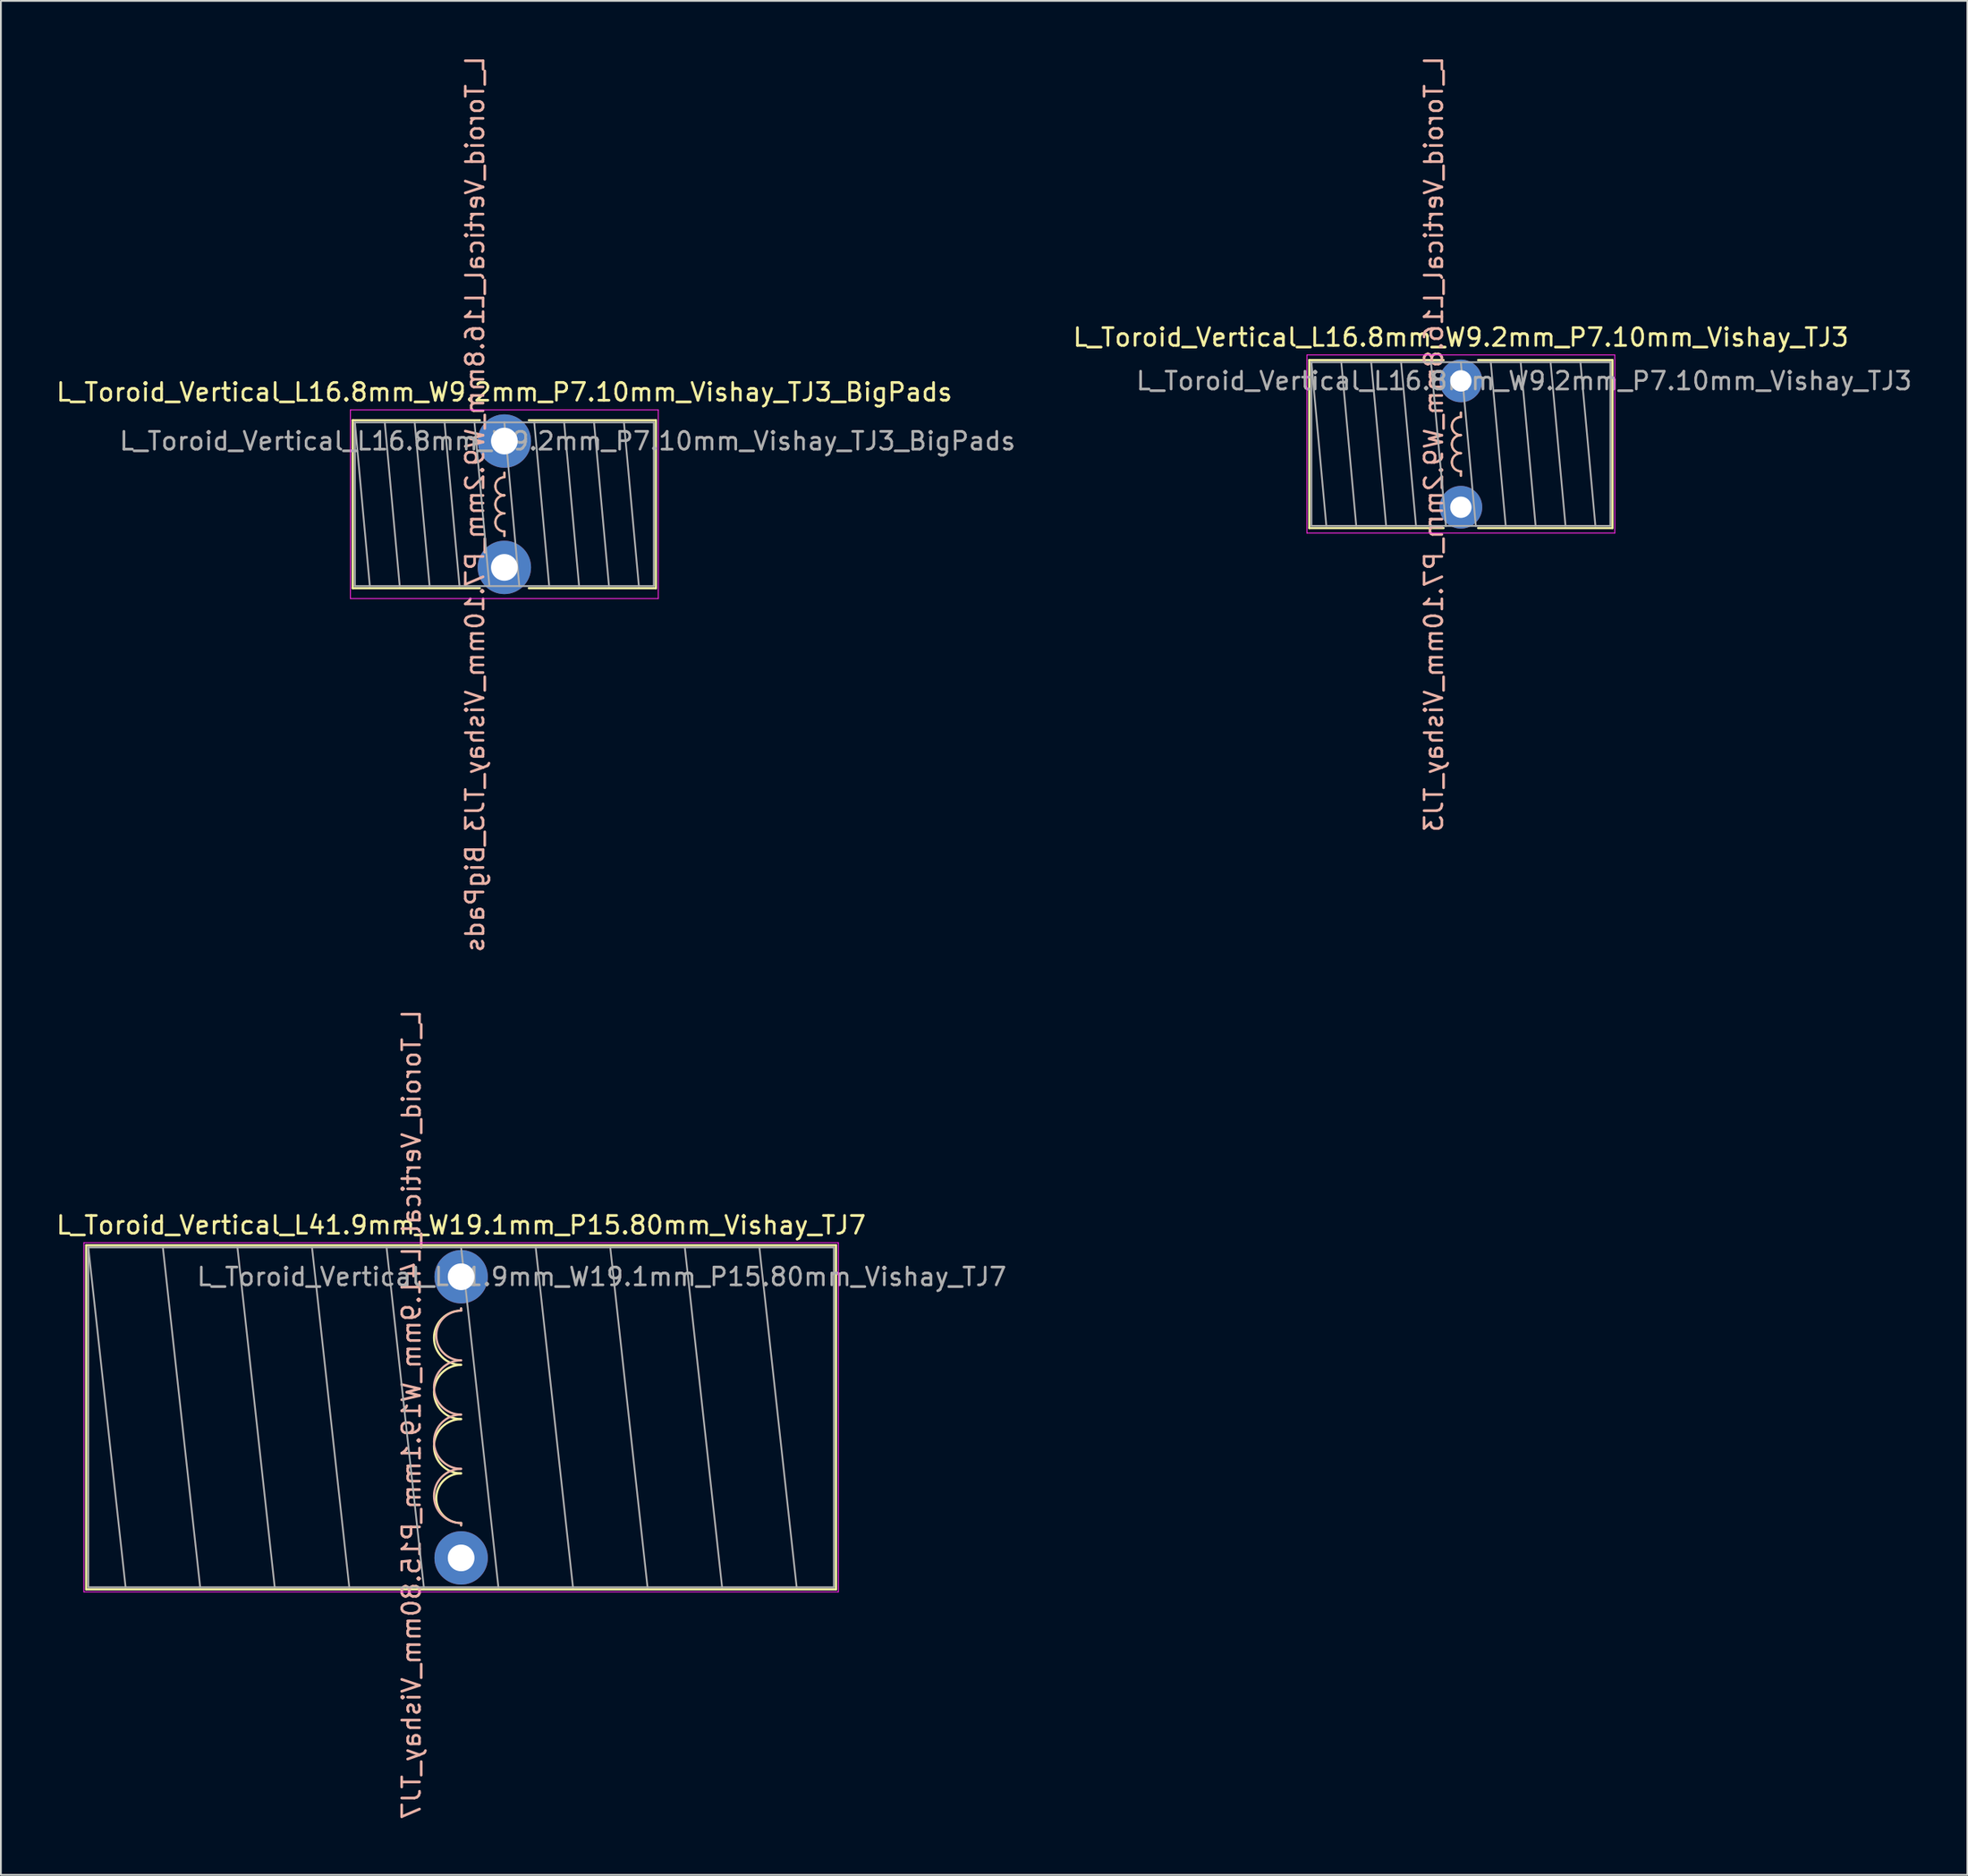
<source format=kicad_pcb>
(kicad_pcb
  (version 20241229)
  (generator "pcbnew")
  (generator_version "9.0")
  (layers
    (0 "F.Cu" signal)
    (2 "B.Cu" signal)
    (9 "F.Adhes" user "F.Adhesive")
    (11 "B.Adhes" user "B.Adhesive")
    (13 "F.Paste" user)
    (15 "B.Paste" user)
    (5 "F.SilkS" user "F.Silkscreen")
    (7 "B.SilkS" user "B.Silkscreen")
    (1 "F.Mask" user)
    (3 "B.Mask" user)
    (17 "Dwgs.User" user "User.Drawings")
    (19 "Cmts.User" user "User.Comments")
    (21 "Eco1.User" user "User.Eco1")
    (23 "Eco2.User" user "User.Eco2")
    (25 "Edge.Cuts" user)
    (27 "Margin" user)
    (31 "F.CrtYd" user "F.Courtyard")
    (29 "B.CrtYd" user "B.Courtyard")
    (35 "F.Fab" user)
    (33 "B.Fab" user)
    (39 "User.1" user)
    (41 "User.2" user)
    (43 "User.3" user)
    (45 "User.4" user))
  (footprint "L_Toroid_Vertical_L16.8mm_W9.2mm_P7.10mm_Vishay_TJ3_BigPads"
    (layer "F.Cu")
    (at 25.292 21.736)
    (property "Reference" "L_Toroid_Vertical_L16.8mm_W9.2mm_P7.10mm_Vishay_TJ3_BigPads" (at 0 -2.75 0) (layer "F.SilkS") (effects (font (size 1 1) (thickness 0.15))))
    (fp_line (start -8.52 -1.17) (end -8.52 8.27) (stroke (width 0.12) (type solid)) (layer "F.SilkS"))
    (fp_line (start -8.52 -1.17) (end -1.374 -1.17) (stroke (width 0.12) (type solid)) (layer "F.SilkS"))
    (fp_line (start -8.52 8.27) (end -1.374 8.27) (stroke (width 0.12) (type solid)) (layer "F.SilkS"))
    (fp_line (start 0 2.032) (end 0 1.778) (stroke (width 0.12) (type solid)) (layer "F.SilkS"))
    (fp_line (start 0 5.08) (end 0 5.334) (stroke (width 0.12) (type solid)) (layer "F.SilkS"))
    (fp_line (start 1.374 -1.17) (end 8.52 -1.17) (stroke (width 0.12) (type solid)) (layer "F.SilkS"))
    (fp_line (start 1.374 8.27) (end 8.52 8.27) (stroke (width 0.12) (type solid)) (layer "F.SilkS"))
    (fp_line (start 8.52 -1.17) (end 8.52 8.27) (stroke (width 0.12) (type solid)) (layer "F.SilkS"))
    (fp_arc (start 0 3.048) (mid -0.508 2.54) (end 0 2.032) (stroke (width 0.12) (type solid)) (layer "F.SilkS"))
    (fp_arc (start 0 4.064) (mid -0.508 3.556) (end 0 3.048) (stroke (width 0.12) (type solid)) (layer "F.SilkS"))
    (fp_arc (start 0 5.08) (mid -0.508 4.572) (end 0 4.064) (stroke (width 0.12) (type solid)) (layer "F.SilkS"))
    (fp_line (start 0 2.032) (end 0 1.778) (stroke (width 0.12) (type solid)) (layer "B.SilkS"))
    (fp_line (start 0 5.08) (end 0 5.334) (stroke (width 0.12) (type solid)) (layer "B.SilkS"))
    (fp_arc (start 0 3.048) (mid -0.508 2.54) (end 0 2.032) (stroke (width 0.12) (type solid)) (layer "B.SilkS"))
    (fp_arc (start 0 4.064) (mid -0.508 3.556) (end 0 3.048) (stroke (width 0.12) (type solid)) (layer "B.SilkS"))
    (fp_arc (start 0 5.08) (mid -0.508 4.572) (end 0 4.064) (stroke (width 0.12) (type solid)) (layer "B.SilkS"))
    (fp_line (start -8.65 -1.75) (end -8.65 8.85) (stroke (width 0.05) (type solid)) (layer "F.CrtYd"))
    (fp_line (start -8.65 8.85) (end 8.65 8.85) (stroke (width 0.05) (type solid)) (layer "F.CrtYd"))
    (fp_line (start 8.65 -1.75) (end -8.65 -1.75) (stroke (width 0.05) (type solid)) (layer "F.CrtYd"))
    (fp_line (start 8.65 8.85) (end 8.65 -1.75) (stroke (width 0.05) (type solid)) (layer "F.CrtYd"))
    (fp_line (start -8.4 -1.05) (end -8.4 8.15) (stroke (width 0.1) (type solid)) (layer "F.Fab"))
    (fp_line (start -8.4 -1.05) (end -7.56 8.15) (stroke (width 0.1) (type solid)) (layer "F.Fab"))
    (fp_line (start -8.4 8.15) (end 8.4 8.15) (stroke (width 0.1) (type solid)) (layer "F.Fab"))
    (fp_line (start -6.72 -1.05) (end -5.88 8.15) (stroke (width 0.1) (type solid)) (layer "F.Fab"))
    (fp_line (start -5.04 -1.05) (end -4.2 8.15) (stroke (width 0.1) (type solid)) (layer "F.Fab"))
    (fp_line (start -3.36 -1.05) (end -2.52 8.15) (stroke (width 0.1) (type solid)) (layer "F.Fab"))
    (fp_line (start -1.68 -1.05) (end -0.84 8.15) (stroke (width 0.1) (type solid)) (layer "F.Fab"))
    (fp_line (start 0 -1.05) (end 0.84 8.15) (stroke (width 0.1) (type solid)) (layer "F.Fab"))
    (fp_line (start 1.68 -1.05) (end 2.52 8.15) (stroke (width 0.1) (type solid)) (layer "F.Fab"))
    (fp_line (start 3.36 -1.05) (end 4.2 8.15) (stroke (width 0.1) (type solid)) (layer "F.Fab"))
    (fp_line (start 5.04 -1.05) (end 5.88 8.15) (stroke (width 0.1) (type solid)) (layer "F.Fab"))
    (fp_line (start 6.72 -1.05) (end 7.56 8.15) (stroke (width 0.1) (type solid)) (layer "F.Fab"))
    (fp_line (start 8.4 -1.05) (end -8.4 -1.05) (stroke (width 0.1) (type solid)) (layer "F.Fab"))
    (fp_line (start 8.4 8.15) (end 8.4 -1.05) (stroke (width 0.1) (type solid)) (layer "F.Fab"))
    (fp_text user "${REFERENCE}" (at -1.651 3.556 90) (layer "B.SilkS") (effects (font (size 1 1) (thickness 0.15)) (justify mirror)))
    (fp_text user "${REFERENCE}" (at 3.55 0 0) (layer "F.Fab") (effects (font (size 1 1) (thickness 0.15))))
    (pad "1" thru_hole circle (at 0 0) (size 3 3) (drill 1.5) (layers "*.Cu" "*.Mask"))
    (pad "2" thru_hole circle (at 0 7.1) (size 3 3) (drill 1.5) (layers "*.Cu" "*.Mask")))
  (footprint "L_Toroid_Vertical_L41.9mm_W19.1mm_P15.80mm_Vishay_TJ7"
    (layer "F.Cu")
    (at 22.863 68.699)
    (property "Reference" "L_Toroid_Vertical_L41.9mm_W19.1mm_P15.80mm_Vishay_TJ7" (at 0 -2.9 0) (layer "F.SilkS") (effects (font (size 1 1) (thickness 0.15))))
    (fp_line (start -21.07 -1.77) (end -21.07 17.57) (stroke (width 0.12) (type solid)) (layer "F.SilkS"))
    (fp_line (start -21.07 -1.77) (end 21.07 -1.77) (stroke (width 0.12) (type solid)) (layer "F.SilkS"))
    (fp_line (start -21.07 17.57) (end 21.07 17.57) (stroke (width 0.12) (type solid)) (layer "F.SilkS"))
    (fp_line (start 0 1.905) (end 0 1.778) (stroke (width 0.12) (type solid)) (layer "F.SilkS"))
    (fp_line (start 0 13.843) (end 0 13.97) (stroke (width 0.12) (type solid)) (layer "F.SilkS"))
    (fp_line (start 21.07 -1.77) (end 21.07 17.57) (stroke (width 0.12) (type solid)) (layer "F.SilkS"))
    (fp_arc (start 0 4.953) (mid -1.524 3.429) (end 0 1.905) (stroke (width 0.12) (type solid)) (layer "F.SilkS"))
    (fp_arc (start 0 8.001) (mid -1.524 6.477) (end 0 4.953) (stroke (width 0.12) (type solid)) (layer "F.SilkS"))
    (fp_arc (start 0 11.049) (mid -1.524 9.525) (end 0 8.001) (stroke (width 0.12) (type solid)) (layer "F.SilkS"))
    (fp_arc (start 0 13.843) (mid -1.397 12.446) (end 0 11.049) (stroke (width 0.12) (type solid)) (layer "F.SilkS"))
    (fp_line (start 0 1.905) (end 0 1.778) (stroke (width 0.12) (type solid)) (layer "B.SilkS"))
    (fp_line (start 0 13.843) (end 0 13.97) (stroke (width 0.12) (type solid)) (layer "B.SilkS"))
    (fp_arc (start 0 4.699) (mid -1.397 3.302) (end 0 1.905) (stroke (width 0.12) (type solid)) (layer "B.SilkS"))
    (fp_arc (start 0 7.747) (mid -1.524 6.223) (end 0 4.699) (stroke (width 0.12) (type solid)) (layer "B.SilkS"))
    (fp_arc (start 0 10.795) (mid -1.524 9.271) (end 0 7.747) (stroke (width 0.12) (type solid)) (layer "B.SilkS"))
    (fp_arc (start 0 13.843) (mid -1.524 12.319) (end 0 10.795) (stroke (width 0.12) (type solid)) (layer "B.SilkS"))
    (fp_line (start -21.2 -1.91) (end -21.2 17.71) (stroke (width 0.05) (type solid)) (layer "F.CrtYd"))
    (fp_line (start -21.2 17.71) (end 21.2 17.71) (stroke (width 0.05) (type solid)) (layer "F.CrtYd"))
    (fp_line (start 21.2 -1.91) (end -21.2 -1.91) (stroke (width 0.05) (type solid)) (layer "F.CrtYd"))
    (fp_line (start 21.2 17.71) (end 21.2 -1.91) (stroke (width 0.05) (type solid)) (layer "F.CrtYd"))
    (fp_line (start -20.95 -1.65) (end -20.95 17.45) (stroke (width 0.1) (type solid)) (layer "F.Fab"))
    (fp_line (start -20.95 -1.65) (end -18.855 17.45) (stroke (width 0.1) (type solid)) (layer "F.Fab"))
    (fp_line (start -20.95 17.45) (end 20.95 17.45) (stroke (width 0.1) (type solid)) (layer "F.Fab"))
    (fp_line (start -16.76 -1.65) (end -14.665 17.45) (stroke (width 0.1) (type solid)) (layer "F.Fab"))
    (fp_line (start -12.57 -1.65) (end -10.475 17.45) (stroke (width 0.1) (type solid)) (layer "F.Fab"))
    (fp_line (start -8.38 -1.65) (end -6.285 17.45) (stroke (width 0.1) (type solid)) (layer "F.Fab"))
    (fp_line (start -4.19 -1.65) (end -2.095 17.45) (stroke (width 0.1) (type solid)) (layer "F.Fab"))
    (fp_line (start 0 -1.65) (end 2.095 17.45) (stroke (width 0.1) (type solid)) (layer "F.Fab"))
    (fp_line (start 4.19 -1.65) (end 6.285 17.45) (stroke (width 0.1) (type solid)) (layer "F.Fab"))
    (fp_line (start 8.38 -1.65) (end 10.475 17.45) (stroke (width 0.1) (type solid)) (layer "F.Fab"))
    (fp_line (start 12.57 -1.65) (end 14.665 17.45) (stroke (width 0.1) (type solid)) (layer "F.Fab"))
    (fp_line (start 16.76 -1.65) (end 18.855 17.45) (stroke (width 0.1) (type solid)) (layer "F.Fab"))
    (fp_line (start 20.95 -1.65) (end -20.95 -1.65) (stroke (width 0.1) (type solid)) (layer "F.Fab"))
    (fp_line (start 20.95 17.45) (end 20.95 -1.65) (stroke (width 0.1) (type solid)) (layer "F.Fab"))
    (fp_text user "${REFERENCE}" (at -2.794 7.747 90) (layer "B.SilkS") (effects (font (size 1 1) (thickness 0.15)) (justify mirror)))
    (fp_text user "${REFERENCE}" (at 7.9 0 0) (layer "F.Fab") (effects (font (size 1 1) (thickness 0.15))))
    (pad "1" thru_hole circle (at 0 0) (size 3 3) (drill 1.5) (layers "*.Cu" "*.Mask"))
    (pad "2" thru_hole circle (at 0 15.8) (size 3 3) (drill 1.5) (layers "*.Cu" "*.Mask")))
  (footprint "L_Toroid_Vertical_L16.8mm_W9.2mm_P7.10mm_Vishay_TJ3"
    (layer "F.Cu")
    (at 79.044 18.355)
    (property "Reference" "L_Toroid_Vertical_L16.8mm_W9.2mm_P7.10mm_Vishay_TJ3" (at 0 -2.45 0) (layer "F.SilkS") (effects (font (size 1 1) (thickness 0.15))))
    (fp_line (start -8.52 -1.17) (end -8.52 8.27) (stroke (width 0.12) (type solid)) (layer "F.SilkS"))
    (fp_line (start -8.52 -1.17) (end -0.968 -1.17) (stroke (width 0.12) (type solid)) (layer "F.SilkS"))
    (fp_line (start -8.52 8.27) (end -0.968 8.27) (stroke (width 0.12) (type solid)) (layer "F.SilkS"))
    (fp_line (start 0 2.032) (end 0 1.778) (stroke (width 0.12) (type solid)) (layer "F.SilkS"))
    (fp_line (start 0 5.08) (end 0 5.334) (stroke (width 0.12) (type solid)) (layer "F.SilkS"))
    (fp_line (start 0.968 -1.17) (end 8.52 -1.17) (stroke (width 0.12) (type solid)) (layer "F.SilkS"))
    (fp_line (start 0.968 8.27) (end 8.52 8.27) (stroke (width 0.12) (type solid)) (layer "F.SilkS"))
    (fp_line (start 8.52 -1.17) (end 8.52 8.27) (stroke (width 0.12) (type solid)) (layer "F.SilkS"))
    (fp_arc (start 0 3.048) (mid -0.508 2.54) (end 0 2.032) (stroke (width 0.12) (type solid)) (layer "F.SilkS"))
    (fp_arc (start 0 4.064) (mid -0.508 3.556) (end 0 3.048) (stroke (width 0.12) (type solid)) (layer "F.SilkS"))
    (fp_arc (start 0 5.08) (mid -0.508 4.572) (end 0 4.064) (stroke (width 0.12) (type solid)) (layer "F.SilkS"))
    (fp_line (start 0 2.032) (end 0 1.778) (stroke (width 0.12) (type solid)) (layer "B.SilkS"))
    (fp_line (start 0 5.08) (end 0 5.334) (stroke (width 0.12) (type solid)) (layer "B.SilkS"))
    (fp_arc (start 0 3.048) (mid -0.508 2.54) (end 0 2.032) (stroke (width 0.12) (type solid)) (layer "B.SilkS"))
    (fp_arc (start 0 4.064) (mid -0.508 3.556) (end 0 3.048) (stroke (width 0.12) (type solid)) (layer "B.SilkS"))
    (fp_arc (start 0 5.08) (mid -0.508 4.572) (end 0 4.064) (stroke (width 0.12) (type solid)) (layer "B.SilkS"))
    (fp_line (start -8.65 -1.46) (end -8.65 8.55) (stroke (width 0.05) (type solid)) (layer "F.CrtYd"))
    (fp_line (start -8.65 8.55) (end 8.65 8.55) (stroke (width 0.05) (type solid)) (layer "F.CrtYd"))
    (fp_line (start 8.65 -1.46) (end -8.65 -1.46) (stroke (width 0.05) (type solid)) (layer "F.CrtYd"))
    (fp_line (start 8.65 8.55) (end 8.65 -1.46) (stroke (width 0.05) (type solid)) (layer "F.CrtYd"))
    (fp_line (start -8.4 -1.05) (end -8.4 8.15) (stroke (width 0.1) (type solid)) (layer "F.Fab"))
    (fp_line (start -8.4 -1.05) (end -7.56 8.15) (stroke (width 0.1) (type solid)) (layer "F.Fab"))
    (fp_line (start -8.4 8.15) (end 8.4 8.15) (stroke (width 0.1) (type solid)) (layer "F.Fab"))
    (fp_line (start -6.72 -1.05) (end -5.88 8.15) (stroke (width 0.1) (type solid)) (layer "F.Fab"))
    (fp_line (start -5.04 -1.05) (end -4.2 8.15) (stroke (width 0.1) (type solid)) (layer "F.Fab"))
    (fp_line (start -3.36 -1.05) (end -2.52 8.15) (stroke (width 0.1) (type solid)) (layer "F.Fab"))
    (fp_line (start -1.68 -1.05) (end -0.84 8.15) (stroke (width 0.1) (type solid)) (layer "F.Fab"))
    (fp_line (start 0 -1.05) (end 0.84 8.15) (stroke (width 0.1) (type solid)) (layer "F.Fab"))
    (fp_line (start 1.68 -1.05) (end 2.52 8.15) (stroke (width 0.1) (type solid)) (layer "F.Fab"))
    (fp_line (start 3.36 -1.05) (end 4.2 8.15) (stroke (width 0.1) (type solid)) (layer "F.Fab"))
    (fp_line (start 5.04 -1.05) (end 5.88 8.15) (stroke (width 0.1) (type solid)) (layer "F.Fab"))
    (fp_line (start 6.72 -1.05) (end 7.56 8.15) (stroke (width 0.1) (type solid)) (layer "F.Fab"))
    (fp_line (start 8.4 -1.05) (end -8.4 -1.05) (stroke (width 0.1) (type solid)) (layer "F.Fab"))
    (fp_line (start 8.4 8.15) (end 8.4 -1.05) (stroke (width 0.1) (type solid)) (layer "F.Fab"))
    (fp_text user "${REFERENCE}" (at -1.524 3.556 90) (layer "B.SilkS") (effects (font (size 1 1) (thickness 0.15)) (justify mirror)))
    (fp_text user "${REFERENCE}" (at 3.55 0 0) (layer "F.Fab") (effects (font (size 1 1) (thickness 0.15))))
    (pad "1" thru_hole circle (at 0 0) (size 2.4 2.4) (drill 1.2) (layers "*.Cu" "*.Mask"))
    (pad "2" thru_hole circle (at 0 7.1) (size 2.4 2.4) (drill 1.2) (layers "*.Cu" "*.Mask")))
  (gr_rect
    (start -3 -3)
    (end 107.505 102.31)
    (stroke (width 0.1) (type default))
    (fill no)
    (layer "Edge.Cuts")))
</source>
